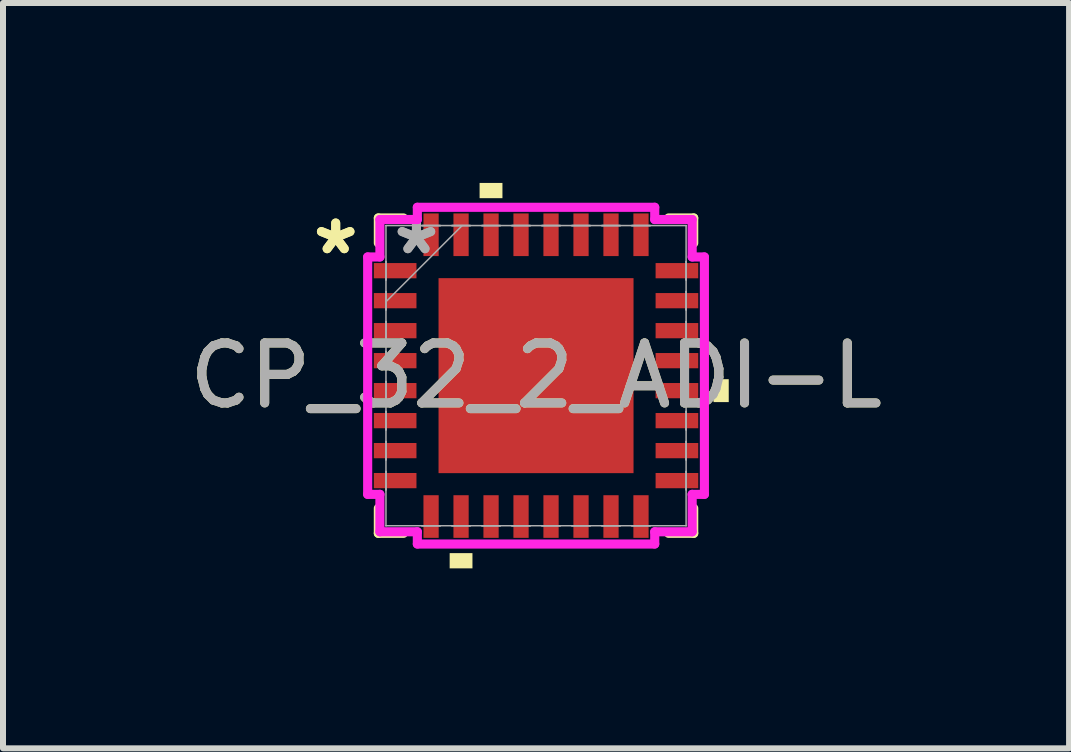
<source format=kicad_pcb>
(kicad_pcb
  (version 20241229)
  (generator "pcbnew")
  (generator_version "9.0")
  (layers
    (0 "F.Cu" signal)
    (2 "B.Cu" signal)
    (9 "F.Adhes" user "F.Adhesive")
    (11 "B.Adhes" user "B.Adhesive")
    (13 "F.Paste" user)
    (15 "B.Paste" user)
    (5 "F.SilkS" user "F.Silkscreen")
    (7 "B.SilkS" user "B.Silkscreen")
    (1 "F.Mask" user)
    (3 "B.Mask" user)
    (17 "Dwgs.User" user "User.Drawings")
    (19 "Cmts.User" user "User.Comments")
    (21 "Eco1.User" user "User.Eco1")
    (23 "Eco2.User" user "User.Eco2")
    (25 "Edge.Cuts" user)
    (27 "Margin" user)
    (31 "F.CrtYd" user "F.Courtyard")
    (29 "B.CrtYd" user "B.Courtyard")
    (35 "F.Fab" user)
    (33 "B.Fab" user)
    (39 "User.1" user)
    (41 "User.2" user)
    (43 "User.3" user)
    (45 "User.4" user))
  (footprint "CP_32_2_ADI-L"
    (layer "F.Cu")
    (at 5.887 3.213)
    (property "Reference" "CP_32_2_ADI-L" (at 0 0 0) (unlocked yes) (layer "F.SilkS") (effects (font (size 1 1) (thickness 0.15))))
    (attr smd)
    (fp_line (start -2.629 -2.629) (end -2.629 -2.21) (stroke (width 0.152) (type solid)) (layer "F.SilkS"))
    (fp_line (start -2.629 2.21) (end -2.629 2.629) (stroke (width 0.152) (type solid)) (layer "F.SilkS"))
    (fp_line (start -2.629 2.629) (end -2.21 2.629) (stroke (width 0.152) (type solid)) (layer "F.SilkS"))
    (fp_line (start -2.21 -2.629) (end -2.629 -2.629) (stroke (width 0.152) (type solid)) (layer "F.SilkS"))
    (fp_line (start 2.21 2.629) (end 2.629 2.629) (stroke (width 0.152) (type solid)) (layer "F.SilkS"))
    (fp_line (start 2.629 -2.629) (end 2.21 -2.629) (stroke (width 0.152) (type solid)) (layer "F.SilkS"))
    (fp_line (start 2.629 -2.21) (end 2.629 -2.629) (stroke (width 0.152) (type solid)) (layer "F.SilkS"))
    (fp_line (start 2.629 2.629) (end 2.629 2.21) (stroke (width 0.152) (type solid)) (layer "F.SilkS"))
    (fp_poly (pts (xy -1.44 2.959) (xy -1.44 3.213) (xy -1.06 3.213) (xy -1.06 2.959)) (stroke (width 0) (type solid)) (fill yes) (layer "F.SilkS"))
    (fp_poly (pts (xy -0.941 -2.959) (xy -0.941 -3.213) (xy -0.56 -3.213) (xy -0.56 -2.959)) (stroke (width 0) (type solid)) (fill yes) (layer "F.SilkS"))
    (fp_poly (pts (xy 3.213 0.059) (xy 3.213 0.441) (xy 2.959 0.441) (xy 2.959 0.059)) (stroke (width 0) (type solid)) (fill yes) (layer "F.SilkS"))
    (fp_poly (pts (xy -1.526 -1.526) (xy -1.526 -0.1) (xy -0.1 -0.1) (xy -0.1 -1.526)) (stroke (width 0) (type solid)) (fill yes) (layer "F.Paste"))
    (fp_poly (pts (xy -1.526 0.1) (xy -1.526 1.526) (xy -0.1 1.526) (xy -0.1 0.1)) (stroke (width 0) (type solid)) (fill yes) (layer "F.Paste"))
    (fp_poly (pts (xy 0.1 -1.526) (xy 0.1 -0.1) (xy 1.526 -0.1) (xy 1.526 -1.526)) (stroke (width 0) (type solid)) (fill yes) (layer "F.Paste"))
    (fp_poly (pts (xy 0.1 0.1) (xy 0.1 1.526) (xy 1.526 1.526) (xy 1.526 0.1)) (stroke (width 0) (type solid)) (fill yes) (layer "F.Paste"))
    (fp_line (start -2.807 -1.979) (end -2.603 -1.979) (stroke (width 0.152) (type solid)) (layer "F.CrtYd"))
    (fp_line (start -2.807 1.979) (end -2.807 -1.979) (stroke (width 0.152) (type solid)) (layer "F.CrtYd"))
    (fp_line (start -2.603 -2.603) (end -1.979 -2.603) (stroke (width 0.152) (type solid)) (layer "F.CrtYd"))
    (fp_line (start -2.603 -1.979) (end -2.603 -2.603) (stroke (width 0.152) (type solid)) (layer "F.CrtYd"))
    (fp_line (start -2.603 1.979) (end -2.807 1.979) (stroke (width 0.152) (type solid)) (layer "F.CrtYd"))
    (fp_line (start -2.603 2.603) (end -2.603 1.979) (stroke (width 0.152) (type solid)) (layer "F.CrtYd"))
    (fp_line (start -1.979 -2.807) (end 1.979 -2.807) (stroke (width 0.152) (type solid)) (layer "F.CrtYd"))
    (fp_line (start -1.979 -2.603) (end -1.979 -2.807) (stroke (width 0.152) (type solid)) (layer "F.CrtYd"))
    (fp_line (start -1.979 2.603) (end -2.603 2.603) (stroke (width 0.152) (type solid)) (layer "F.CrtYd"))
    (fp_line (start -1.979 2.807) (end -1.979 2.603) (stroke (width 0.152) (type solid)) (layer "F.CrtYd"))
    (fp_line (start 1.979 -2.807) (end 1.979 -2.603) (stroke (width 0.152) (type solid)) (layer "F.CrtYd"))
    (fp_line (start 1.979 -2.603) (end 2.603 -2.603) (stroke (width 0.152) (type solid)) (layer "F.CrtYd"))
    (fp_line (start 1.979 2.603) (end 1.979 2.807) (stroke (width 0.152) (type solid)) (layer "F.CrtYd"))
    (fp_line (start 1.979 2.807) (end -1.979 2.807) (stroke (width 0.152) (type solid)) (layer "F.CrtYd"))
    (fp_line (start 2.603 -2.603) (end 2.603 -1.979) (stroke (width 0.152) (type solid)) (layer "F.CrtYd"))
    (fp_line (start 2.603 -1.979) (end 2.807 -1.979) (stroke (width 0.152) (type solid)) (layer "F.CrtYd"))
    (fp_line (start 2.603 1.979) (end 2.603 2.603) (stroke (width 0.152) (type solid)) (layer "F.CrtYd"))
    (fp_line (start 2.603 2.603) (end 1.979 2.603) (stroke (width 0.152) (type solid)) (layer "F.CrtYd"))
    (fp_line (start 2.807 -1.979) (end 2.807 1.979) (stroke (width 0.152) (type solid)) (layer "F.CrtYd"))
    (fp_line (start 2.807 1.979) (end 2.603 1.979) (stroke (width 0.152) (type solid)) (layer "F.CrtYd"))
    (fp_line (start -2.502 -2.502) (end -2.502 -2.502) (stroke (width 0.025) (type solid)) (layer "F.Fab"))
    (fp_line (start -2.502 -2.502) (end -2.502 2.502) (stroke (width 0.025) (type solid)) (layer "F.Fab"))
    (fp_line (start -2.502 -1.902) (end -2.502 -1.902) (stroke (width 0.025) (type solid)) (layer "F.Fab"))
    (fp_line (start -2.502 -1.902) (end -2.502 -1.598) (stroke (width 0.025) (type solid)) (layer "F.Fab"))
    (fp_line (start -2.502 -1.598) (end -2.502 -1.902) (stroke (width 0.025) (type solid)) (layer "F.Fab"))
    (fp_line (start -2.502 -1.598) (end -2.502 -1.598) (stroke (width 0.025) (type solid)) (layer "F.Fab"))
    (fp_line (start -2.502 -1.402) (end -2.502 -1.402) (stroke (width 0.025) (type solid)) (layer "F.Fab"))
    (fp_line (start -2.502 -1.402) (end -2.502 -1.098) (stroke (width 0.025) (type solid)) (layer "F.Fab"))
    (fp_line (start -2.502 -1.232) (end -1.232 -2.502) (stroke (width 0.025) (type solid)) (layer "F.Fab"))
    (fp_line (start -2.502 -1.098) (end -2.502 -1.402) (stroke (width 0.025) (type solid)) (layer "F.Fab"))
    (fp_line (start -2.502 -1.098) (end -2.502 -1.098) (stroke (width 0.025) (type solid)) (layer "F.Fab"))
    (fp_line (start -2.502 -0.902) (end -2.502 -0.902) (stroke (width 0.025) (type solid)) (layer "F.Fab"))
    (fp_line (start -2.502 -0.902) (end -2.502 -0.598) (stroke (width 0.025) (type solid)) (layer "F.Fab"))
    (fp_line (start -2.502 -0.598) (end -2.502 -0.902) (stroke (width 0.025) (type solid)) (layer "F.Fab"))
    (fp_line (start -2.502 -0.598) (end -2.502 -0.598) (stroke (width 0.025) (type solid)) (layer "F.Fab"))
    (fp_line (start -2.502 -0.402) (end -2.502 -0.402) (stroke (width 0.025) (type solid)) (layer "F.Fab"))
    (fp_line (start -2.502 -0.402) (end -2.502 -0.098) (stroke (width 0.025) (type solid)) (layer "F.Fab"))
    (fp_line (start -2.502 -0.098) (end -2.502 -0.402) (stroke (width 0.025) (type solid)) (layer "F.Fab"))
    (fp_line (start -2.502 -0.098) (end -2.502 -0.098) (stroke (width 0.025) (type solid)) (layer "F.Fab"))
    (fp_line (start -2.502 0.098) (end -2.502 0.098) (stroke (width 0.025) (type solid)) (layer "F.Fab"))
    (fp_line (start -2.502 0.098) (end -2.502 0.402) (stroke (width 0.025) (type solid)) (layer "F.Fab"))
    (fp_line (start -2.502 0.402) (end -2.502 0.098) (stroke (width 0.025) (type solid)) (layer "F.Fab"))
    (fp_line (start -2.502 0.402) (end -2.502 0.402) (stroke (width 0.025) (type solid)) (layer "F.Fab"))
    (fp_line (start -2.502 0.598) (end -2.502 0.598) (stroke (width 0.025) (type solid)) (layer "F.Fab"))
    (fp_line (start -2.502 0.598) (end -2.502 0.902) (stroke (width 0.025) (type solid)) (layer "F.Fab"))
    (fp_line (start -2.502 0.902) (end -2.502 0.598) (stroke (width 0.025) (type solid)) (layer "F.Fab"))
    (fp_line (start -2.502 0.902) (end -2.502 0.902) (stroke (width 0.025) (type solid)) (layer "F.Fab"))
    (fp_line (start -2.502 1.098) (end -2.502 1.098) (stroke (width 0.025) (type solid)) (layer "F.Fab"))
    (fp_line (start -2.502 1.098) (end -2.502 1.402) (stroke (width 0.025) (type solid)) (layer "F.Fab"))
    (fp_line (start -2.502 1.402) (end -2.502 1.098) (stroke (width 0.025) (type solid)) (layer "F.Fab"))
    (fp_line (start -2.502 1.402) (end -2.502 1.402) (stroke (width 0.025) (type solid)) (layer "F.Fab"))
    (fp_line (start -2.502 1.598) (end -2.502 1.598) (stroke (width 0.025) (type solid)) (layer "F.Fab"))
    (fp_line (start -2.502 1.598) (end -2.502 1.902) (stroke (width 0.025) (type solid)) (layer "F.Fab"))
    (fp_line (start -2.502 1.902) (end -2.502 1.598) (stroke (width 0.025) (type solid)) (layer "F.Fab"))
    (fp_line (start -2.502 1.902) (end -2.502 1.902) (stroke (width 0.025) (type solid)) (layer "F.Fab"))
    (fp_line (start -2.502 2.502) (end -2.502 2.502) (stroke (width 0.025) (type solid)) (layer "F.Fab"))
    (fp_line (start -2.502 2.502) (end 2.502 2.502) (stroke (width 0.025) (type solid)) (layer "F.Fab"))
    (fp_line (start -1.902 -2.502) (end -1.902 -2.502) (stroke (width 0.025) (type solid)) (layer "F.Fab"))
    (fp_line (start -1.902 -2.502) (end -1.598 -2.502) (stroke (width 0.025) (type solid)) (layer "F.Fab"))
    (fp_line (start -1.902 2.502) (end -1.902 2.502) (stroke (width 0.025) (type solid)) (layer "F.Fab"))
    (fp_line (start -1.902 2.502) (end -1.598 2.502) (stroke (width 0.025) (type solid)) (layer "F.Fab"))
    (fp_line (start -1.598 -2.502) (end -1.902 -2.502) (stroke (width 0.025) (type solid)) (layer "F.Fab"))
    (fp_line (start -1.598 -2.502) (end -1.598 -2.502) (stroke (width 0.025) (type solid)) (layer "F.Fab"))
    (fp_line (start -1.598 2.502) (end -1.902 2.502) (stroke (width 0.025) (type solid)) (layer "F.Fab"))
    (fp_line (start -1.598 2.502) (end -1.598 2.502) (stroke (width 0.025) (type solid)) (layer "F.Fab"))
    (fp_line (start -1.402 -2.502) (end -1.402 -2.502) (stroke (width 0.025) (type solid)) (layer "F.Fab"))
    (fp_line (start -1.402 -2.502) (end -1.098 -2.502) (stroke (width 0.025) (type solid)) (layer "F.Fab"))
    (fp_line (start -1.402 2.502) (end -1.402 2.502) (stroke (width 0.025) (type solid)) (layer "F.Fab"))
    (fp_line (start -1.402 2.502) (end -1.098 2.502) (stroke (width 0.025) (type solid)) (layer "F.Fab"))
    (fp_line (start -1.098 -2.502) (end -1.402 -2.502) (stroke (width 0.025) (type solid)) (layer "F.Fab"))
    (fp_line (start -1.098 -2.502) (end -1.098 -2.502) (stroke (width 0.025) (type solid)) (layer "F.Fab"))
    (fp_line (start -1.098 2.502) (end -1.402 2.502) (stroke (width 0.025) (type solid)) (layer "F.Fab"))
    (fp_line (start -1.098 2.502) (end -1.098 2.502) (stroke (width 0.025) (type solid)) (layer "F.Fab"))
    (fp_line (start -0.902 -2.502) (end -0.902 -2.502) (stroke (width 0.025) (type solid)) (layer "F.Fab"))
    (fp_line (start -0.902 -2.502) (end -0.598 -2.502) (stroke (width 0.025) (type solid)) (layer "F.Fab"))
    (fp_line (start -0.902 2.502) (end -0.902 2.502) (stroke (width 0.025) (type solid)) (layer "F.Fab"))
    (fp_line (start -0.902 2.502) (end -0.598 2.502) (stroke (width 0.025) (type solid)) (layer "F.Fab"))
    (fp_line (start -0.598 -2.502) (end -0.902 -2.502) (stroke (width 0.025) (type solid)) (layer "F.Fab"))
    (fp_line (start -0.598 -2.502) (end -0.598 -2.502) (stroke (width 0.025) (type solid)) (layer "F.Fab"))
    (fp_line (start -0.598 2.502) (end -0.902 2.502) (stroke (width 0.025) (type solid)) (layer "F.Fab"))
    (fp_line (start -0.598 2.502) (end -0.598 2.502) (stroke (width 0.025) (type solid)) (layer "F.Fab"))
    (fp_line (start -0.402 -2.502) (end -0.402 -2.502) (stroke (width 0.025) (type solid)) (layer "F.Fab"))
    (fp_line (start -0.402 -2.502) (end -0.098 -2.502) (stroke (width 0.025) (type solid)) (layer "F.Fab"))
    (fp_line (start -0.402 2.502) (end -0.402 2.502) (stroke (width 0.025) (type solid)) (layer "F.Fab"))
    (fp_line (start -0.402 2.502) (end -0.098 2.502) (stroke (width 0.025) (type solid)) (layer "F.Fab"))
    (fp_line (start -0.098 -2.502) (end -0.402 -2.502) (stroke (width 0.025) (type solid)) (layer "F.Fab"))
    (fp_line (start -0.098 -2.502) (end -0.098 -2.502) (stroke (width 0.025) (type solid)) (layer "F.Fab"))
    (fp_line (start -0.098 2.502) (end -0.402 2.502) (stroke (width 0.025) (type solid)) (layer "F.Fab"))
    (fp_line (start -0.098 2.502) (end -0.098 2.502) (stroke (width 0.025) (type solid)) (layer "F.Fab"))
    (fp_line (start 0.098 -2.502) (end 0.098 -2.502) (stroke (width 0.025) (type solid)) (layer "F.Fab"))
    (fp_line (start 0.098 -2.502) (end 0.402 -2.502) (stroke (width 0.025) (type solid)) (layer "F.Fab"))
    (fp_line (start 0.098 2.502) (end 0.098 2.502) (stroke (width 0.025) (type solid)) (layer "F.Fab"))
    (fp_line (start 0.098 2.502) (end 0.402 2.502) (stroke (width 0.025) (type solid)) (layer "F.Fab"))
    (fp_line (start 0.402 -2.502) (end 0.098 -2.502) (stroke (width 0.025) (type solid)) (layer "F.Fab"))
    (fp_line (start 0.402 -2.502) (end 0.402 -2.502) (stroke (width 0.025) (type solid)) (layer "F.Fab"))
    (fp_line (start 0.402 2.502) (end 0.098 2.502) (stroke (width 0.025) (type solid)) (layer "F.Fab"))
    (fp_line (start 0.402 2.502) (end 0.402 2.502) (stroke (width 0.025) (type solid)) (layer "F.Fab"))
    (fp_line (start 0.598 -2.502) (end 0.598 -2.502) (stroke (width 0.025) (type solid)) (layer "F.Fab"))
    (fp_line (start 0.598 -2.502) (end 0.902 -2.502) (stroke (width 0.025) (type solid)) (layer "F.Fab"))
    (fp_line (start 0.598 2.502) (end 0.598 2.502) (stroke (width 0.025) (type solid)) (layer "F.Fab"))
    (fp_line (start 0.598 2.502) (end 0.902 2.502) (stroke (width 0.025) (type solid)) (layer "F.Fab"))
    (fp_line (start 0.902 -2.502) (end 0.598 -2.502) (stroke (width 0.025) (type solid)) (layer "F.Fab"))
    (fp_line (start 0.902 -2.502) (end 0.902 -2.502) (stroke (width 0.025) (type solid)) (layer "F.Fab"))
    (fp_line (start 0.902 2.502) (end 0.598 2.502) (stroke (width 0.025) (type solid)) (layer "F.Fab"))
    (fp_line (start 0.902 2.502) (end 0.902 2.502) (stroke (width 0.025) (type solid)) (layer "F.Fab"))
    (fp_line (start 1.098 -2.502) (end 1.098 -2.502) (stroke (width 0.025) (type solid)) (layer "F.Fab"))
    (fp_line (start 1.098 -2.502) (end 1.402 -2.502) (stroke (width 0.025) (type solid)) (layer "F.Fab"))
    (fp_line (start 1.098 2.502) (end 1.098 2.502) (stroke (width 0.025) (type solid)) (layer "F.Fab"))
    (fp_line (start 1.098 2.502) (end 1.402 2.502) (stroke (width 0.025) (type solid)) (layer "F.Fab"))
    (fp_line (start 1.402 -2.502) (end 1.098 -2.502) (stroke (width 0.025) (type solid)) (layer "F.Fab"))
    (fp_line (start 1.402 -2.502) (end 1.402 -2.502) (stroke (width 0.025) (type solid)) (layer "F.Fab"))
    (fp_line (start 1.402 2.502) (end 1.098 2.502) (stroke (width 0.025) (type solid)) (layer "F.Fab"))
    (fp_line (start 1.402 2.502) (end 1.402 2.502) (stroke (width 0.025) (type solid)) (layer "F.Fab"))
    (fp_line (start 1.598 -2.502) (end 1.598 -2.502) (stroke (width 0.025) (type solid)) (layer "F.Fab"))
    (fp_line (start 1.598 -2.502) (end 1.902 -2.502) (stroke (width 0.025) (type solid)) (layer "F.Fab"))
    (fp_line (start 1.598 2.502) (end 1.598 2.502) (stroke (width 0.025) (type solid)) (layer "F.Fab"))
    (fp_line (start 1.598 2.502) (end 1.902 2.502) (stroke (width 0.025) (type solid)) (layer "F.Fab"))
    (fp_line (start 1.902 -2.502) (end 1.598 -2.502) (stroke (width 0.025) (type solid)) (layer "F.Fab"))
    (fp_line (start 1.902 -2.502) (end 1.902 -2.502) (stroke (width 0.025) (type solid)) (layer "F.Fab"))
    (fp_line (start 1.902 2.502) (end 1.598 2.502) (stroke (width 0.025) (type solid)) (layer "F.Fab"))
    (fp_line (start 1.902 2.502) (end 1.902 2.502) (stroke (width 0.025) (type solid)) (layer "F.Fab"))
    (fp_line (start 2.502 -2.502) (end -2.502 -2.502) (stroke (width 0.025) (type solid)) (layer "F.Fab"))
    (fp_line (start 2.502 -2.502) (end 2.502 -2.502) (stroke (width 0.025) (type solid)) (layer "F.Fab"))
    (fp_line (start 2.502 -1.902) (end 2.502 -1.902) (stroke (width 0.025) (type solid)) (layer "F.Fab"))
    (fp_line (start 2.502 -1.902) (end 2.502 -1.598) (stroke (width 0.025) (type solid)) (layer "F.Fab"))
    (fp_line (start 2.502 -1.598) (end 2.502 -1.902) (stroke (width 0.025) (type solid)) (layer "F.Fab"))
    (fp_line (start 2.502 -1.598) (end 2.502 -1.598) (stroke (width 0.025) (type solid)) (layer "F.Fab"))
    (fp_line (start 2.502 -1.402) (end 2.502 -1.402) (stroke (width 0.025) (type solid)) (layer "F.Fab"))
    (fp_line (start 2.502 -1.402) (end 2.502 -1.098) (stroke (width 0.025) (type solid)) (layer "F.Fab"))
    (fp_line (start 2.502 -1.098) (end 2.502 -1.402) (stroke (width 0.025) (type solid)) (layer "F.Fab"))
    (fp_line (start 2.502 -1.098) (end 2.502 -1.098) (stroke (width 0.025) (type solid)) (layer "F.Fab"))
    (fp_line (start 2.502 -0.902) (end 2.502 -0.902) (stroke (width 0.025) (type solid)) (layer "F.Fab"))
    (fp_line (start 2.502 -0.902) (end 2.502 -0.598) (stroke (width 0.025) (type solid)) (layer "F.Fab"))
    (fp_line (start 2.502 -0.598) (end 2.502 -0.902) (stroke (width 0.025) (type solid)) (layer "F.Fab"))
    (fp_line (start 2.502 -0.598) (end 2.502 -0.598) (stroke (width 0.025) (type solid)) (layer "F.Fab"))
    (fp_line (start 2.502 -0.402) (end 2.502 -0.402) (stroke (width 0.025) (type solid)) (layer "F.Fab"))
    (fp_line (start 2.502 -0.402) (end 2.502 -0.098) (stroke (width 0.025) (type solid)) (layer "F.Fab"))
    (fp_line (start 2.502 -0.098) (end 2.502 -0.402) (stroke (width 0.025) (type solid)) (layer "F.Fab"))
    (fp_line (start 2.502 -0.098) (end 2.502 -0.098) (stroke (width 0.025) (type solid)) (layer "F.Fab"))
    (fp_line (start 2.502 0.098) (end 2.502 0.098) (stroke (width 0.025) (type solid)) (layer "F.Fab"))
    (fp_line (start 2.502 0.098) (end 2.502 0.402) (stroke (width 0.025) (type solid)) (layer "F.Fab"))
    (fp_line (start 2.502 0.402) (end 2.502 0.098) (stroke (width 0.025) (type solid)) (layer "F.Fab"))
    (fp_line (start 2.502 0.402) (end 2.502 0.402) (stroke (width 0.025) (type solid)) (layer "F.Fab"))
    (fp_line (start 2.502 0.598) (end 2.502 0.598) (stroke (width 0.025) (type solid)) (layer "F.Fab"))
    (fp_line (start 2.502 0.598) (end 2.502 0.902) (stroke (width 0.025) (type solid)) (layer "F.Fab"))
    (fp_line (start 2.502 0.902) (end 2.502 0.598) (stroke (width 0.025) (type solid)) (layer "F.Fab"))
    (fp_line (start 2.502 0.902) (end 2.502 0.902) (stroke (width 0.025) (type solid)) (layer "F.Fab"))
    (fp_line (start 2.502 1.098) (end 2.502 1.098) (stroke (width 0.025) (type solid)) (layer "F.Fab"))
    (fp_line (start 2.502 1.098) (end 2.502 1.402) (stroke (width 0.025) (type solid)) (layer "F.Fab"))
    (fp_line (start 2.502 1.402) (end 2.502 1.098) (stroke (width 0.025) (type solid)) (layer "F.Fab"))
    (fp_line (start 2.502 1.402) (end 2.502 1.402) (stroke (width 0.025) (type solid)) (layer "F.Fab"))
    (fp_line (start 2.502 1.598) (end 2.502 1.598) (stroke (width 0.025) (type solid)) (layer "F.Fab"))
    (fp_line (start 2.502 1.598) (end 2.502 1.902) (stroke (width 0.025) (type solid)) (layer "F.Fab"))
    (fp_line (start 2.502 1.902) (end 2.502 1.598) (stroke (width 0.025) (type solid)) (layer "F.Fab"))
    (fp_line (start 2.502 1.902) (end 2.502 1.902) (stroke (width 0.025) (type solid)) (layer "F.Fab"))
    (fp_line (start 2.502 2.502) (end 2.502 -2.502) (stroke (width 0.025) (type solid)) (layer "F.Fab"))
    (fp_line (start 2.502 2.502) (end 2.502 2.502) (stroke (width 0.025) (type solid)) (layer "F.Fab"))
    (fp_text user "*" (at -3.34 -2 0) (unlocked yes) (layer "F.SilkS") (effects (font (size 1 1) (thickness 0.15))))
    (fp_text user "*" (at -3.34 -2 0) (layer "F.SilkS") (effects (font (size 1 1) (thickness 0.15))))
    (fp_text user "${REFERENCE}" (at 0 0 0) (unlocked yes) (layer "F.Fab") (effects (font (size 1 1) (thickness 0.15))))
    (fp_text user "*" (at -1.994 -2 0) (layer "F.Fab") (effects (font (size 1 1) (thickness 0.15))))
    (fp_text user "*" (at -1.994 -2 0) (unlocked yes) (layer "F.Fab") (effects (font (size 1 1) (thickness 0.15))))
    (pad "1" smd rect (at -2.349 -1.75 90) (size 0.254 0.711) (layers "F.Cu" "F.Mask" "F.Paste"))
    (pad "2" smd rect (at -2.349 -1.25 90) (size 0.254 0.711) (layers "F.Cu" "F.Mask" "F.Paste"))
    (pad "3" smd rect (at -2.349 -0.75 90) (size 0.254 0.711) (layers "F.Cu" "F.Mask" "F.Paste"))
    (pad "4" smd rect (at -2.349 -0.25 90) (size 0.254 0.711) (layers "F.Cu" "F.Mask" "F.Paste"))
    (pad "5" smd rect (at -2.349 0.25 90) (size 0.254 0.711) (layers "F.Cu" "F.Mask" "F.Paste"))
    (pad "6" smd rect (at -2.349 0.75 90) (size 0.254 0.711) (layers "F.Cu" "F.Mask" "F.Paste"))
    (pad "7" smd rect (at -2.349 1.25 90) (size 0.254 0.711) (layers "F.Cu" "F.Mask" "F.Paste"))
    (pad "8" smd rect (at -2.349 1.75 90) (size 0.254 0.711) (layers "F.Cu" "F.Mask" "F.Paste"))
    (pad "9" smd rect (at -1.75 2.349) (size 0.254 0.711) (layers "F.Cu" "F.Mask" "F.Paste"))
    (pad "10" smd rect (at -1.25 2.349) (size 0.254 0.711) (layers "F.Cu" "F.Mask" "F.Paste"))
    (pad "11" smd rect (at -0.75 2.349) (size 0.254 0.711) (layers "F.Cu" "F.Mask" "F.Paste"))
    (pad "12" smd rect (at -0.25 2.349) (size 0.254 0.711) (layers "F.Cu" "F.Mask" "F.Paste"))
    (pad "13" smd rect (at 0.25 2.349) (size 0.254 0.711) (layers "F.Cu" "F.Mask" "F.Paste"))
    (pad "14" smd rect (at 0.75 2.349) (size 0.254 0.711) (layers "F.Cu" "F.Mask" "F.Paste"))
    (pad "15" smd rect (at 1.25 2.349) (size 0.254 0.711) (layers "F.Cu" "F.Mask" "F.Paste"))
    (pad "16" smd rect (at 1.75 2.349) (size 0.254 0.711) (layers "F.Cu" "F.Mask" "F.Paste"))
    (pad "17" smd rect (at 2.349 1.75 90) (size 0.254 0.711) (layers "F.Cu" "F.Mask" "F.Paste"))
    (pad "18" smd rect (at 2.349 1.25 90) (size 0.254 0.711) (layers "F.Cu" "F.Mask" "F.Paste"))
    (pad "19" smd rect (at 2.349 0.75 90) (size 0.254 0.711) (layers "F.Cu" "F.Mask" "F.Paste"))
    (pad "20" smd rect (at 2.349 0.25 90) (size 0.254 0.711) (layers "F.Cu" "F.Mask" "F.Paste"))
    (pad "21" smd rect (at 2.349 -0.25 90) (size 0.254 0.711) (layers "F.Cu" "F.Mask" "F.Paste"))
    (pad "22" smd rect (at 2.349 -0.75 90) (size 0.254 0.711) (layers "F.Cu" "F.Mask" "F.Paste"))
    (pad "23" smd rect (at 2.349 -1.25 90) (size 0.254 0.711) (layers "F.Cu" "F.Mask" "F.Paste"))
    (pad "24" smd rect (at 2.349 -1.75 90) (size 0.254 0.711) (layers "F.Cu" "F.Mask" "F.Paste"))
    (pad "25" smd rect (at 1.75 -2.349) (size 0.254 0.711) (layers "F.Cu" "F.Mask" "F.Paste"))
    (pad "26" smd rect (at 1.25 -2.349) (size 0.254 0.711) (layers "F.Cu" "F.Mask" "F.Paste"))
    (pad "27" smd rect (at 0.75 -2.349) (size 0.254 0.711) (layers "F.Cu" "F.Mask" "F.Paste"))
    (pad "28" smd rect (at 0.25 -2.349) (size 0.254 0.711) (layers "F.Cu" "F.Mask" "F.Paste"))
    (pad "29" smd rect (at -0.25 -2.349) (size 0.254 0.711) (layers "F.Cu" "F.Mask" "F.Paste"))
    (pad "30" smd rect (at -0.75 -2.349) (size 0.254 0.711) (layers "F.Cu" "F.Mask" "F.Paste"))
    (pad "31" smd rect (at -1.25 -2.349) (size 0.254 0.711) (layers "F.Cu" "F.Mask" "F.Paste"))
    (pad "32" smd rect (at -1.75 -2.349) (size 0.254 0.711) (layers "F.Cu" "F.Mask" "F.Paste"))
    (pad "33" smd rect (at 0 0) (size 3.251 3.251) (layers "F.Cu" "F.Mask")))
  (gr_rect
    (start -3 -3)
    (end 14.774 9.426)
    (stroke (width 0.1) (type default))
    (fill no)
    (layer "Edge.Cuts")))
</source>
